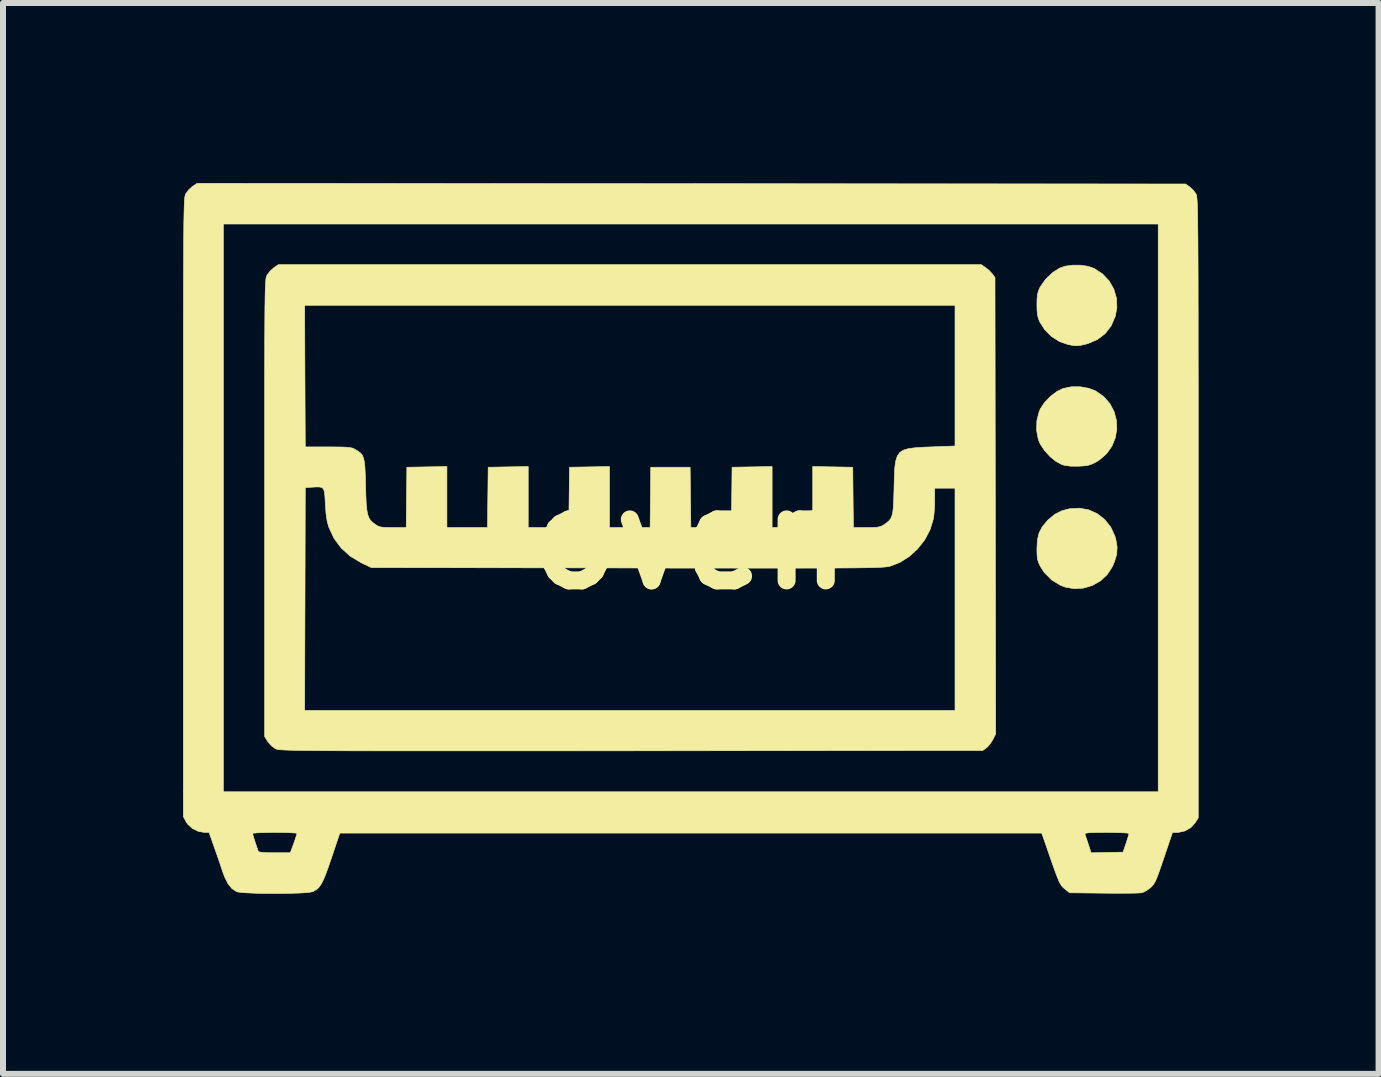
<source format=kicad_pcb>
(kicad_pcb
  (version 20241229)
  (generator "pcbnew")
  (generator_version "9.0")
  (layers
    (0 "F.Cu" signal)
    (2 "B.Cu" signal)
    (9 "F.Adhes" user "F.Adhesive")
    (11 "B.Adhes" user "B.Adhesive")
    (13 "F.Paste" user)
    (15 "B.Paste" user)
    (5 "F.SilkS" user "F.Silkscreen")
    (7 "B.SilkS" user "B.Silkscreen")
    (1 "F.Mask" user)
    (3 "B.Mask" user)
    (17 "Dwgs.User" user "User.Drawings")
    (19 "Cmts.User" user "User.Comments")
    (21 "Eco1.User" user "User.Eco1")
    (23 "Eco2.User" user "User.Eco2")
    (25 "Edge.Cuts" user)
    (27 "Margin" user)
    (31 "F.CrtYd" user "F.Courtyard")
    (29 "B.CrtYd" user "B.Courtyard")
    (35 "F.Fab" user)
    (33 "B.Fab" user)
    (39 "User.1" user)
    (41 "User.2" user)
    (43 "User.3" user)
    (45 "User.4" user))
  (footprint "oven"
    (layer "F.Cu")
    (at 8.461 5.932)
    (property "Reference" "oven" (at 0 0 0) (layer "F.SilkS") (effects (font (size 1.524 1.524) (thickness 0.3))))
    (attr through_hole)
    (fp_poly (pts (xy 6.631 -0.486) (xy 6.774 -0.421) (xy 6.897 -0.325) (xy 6.997 -0.2) (xy 7.067 -0.049) (xy 7.082 0.002) (xy 7.104 0.132) (xy 7.097 0.254) (xy 7.059 0.382) (xy 7.025 0.46) (xy 6.939 0.592) (xy 6.826 0.698) (xy 6.692 0.774) (xy 6.544 0.818) (xy 6.391 0.828) (xy 6.237 0.801) (xy 6.16 0.771) (xy 6.012 0.68) (xy 5.891 0.558) (xy 5.824 0.455) (xy 5.796 0.396) (xy 5.779 0.341) (xy 5.771 0.275) (xy 5.768 0.184) (xy 5.768 0.159) (xy 5.776 0.015) (xy 5.804 -0.102) (xy 5.857 -0.204) (xy 5.939 -0.303) (xy 5.953 -0.318) (xy 6.064 -0.411) (xy 6.184 -0.471) (xy 6.308 -0.504) (xy 6.474 -0.514) (xy 6.631 -0.486)) (stroke (width 0.01) (type solid)) (fill yes) (layer "F.SilkS"))
    (fp_poly (pts (xy 6.633 -2.511) (xy 6.749 -2.466) (xy 6.882 -2.371) (xy 6.984 -2.255) (xy 7.054 -2.122) (xy 7.092 -1.979) (xy 7.099 -1.832) (xy 7.074 -1.687) (xy 7.018 -1.548) (xy 6.931 -1.424) (xy 6.811 -1.319) (xy 6.748 -1.28) (xy 6.682 -1.248) (xy 6.62 -1.228) (xy 6.545 -1.218) (xy 6.456 -1.213) (xy 6.327 -1.214) (xy 6.228 -1.228) (xy 6.181 -1.242) (xy 6.083 -1.295) (xy 5.984 -1.376) (xy 5.894 -1.476) (xy 5.824 -1.581) (xy 5.791 -1.659) (xy 5.762 -1.814) (xy 5.767 -1.973) (xy 5.805 -2.122) (xy 5.827 -2.172) (xy 5.898 -2.279) (xy 5.995 -2.379) (xy 6.103 -2.46) (xy 6.205 -2.509) (xy 6.341 -2.537) (xy 6.489 -2.537) (xy 6.633 -2.511)) (stroke (width 0.01) (type solid)) (fill yes) (layer "F.SilkS"))
    (fp_poly (pts (xy 6.492 -4.563) (xy 6.616 -4.545) (xy 6.719 -4.51) (xy 6.859 -4.419) (xy 6.97 -4.302) (xy 7.049 -4.165) (xy 7.093 -4.014) (xy 7.1 -3.854) (xy 7.073 -3.71) (xy 7.005 -3.553) (xy 6.906 -3.424) (xy 6.777 -3.325) (xy 6.62 -3.258) (xy 6.589 -3.249) (xy 6.503 -3.229) (xy 6.437 -3.221) (xy 6.369 -3.226) (xy 6.294 -3.239) (xy 6.146 -3.289) (xy 6.011 -3.375) (xy 5.897 -3.49) (xy 5.817 -3.615) (xy 5.792 -3.675) (xy 5.777 -3.737) (xy 5.77 -3.815) (xy 5.768 -3.905) (xy 5.77 -4.004) (xy 5.777 -4.074) (xy 5.792 -4.131) (xy 5.817 -4.189) (xy 5.825 -4.203) (xy 5.912 -4.328) (xy 6.029 -4.439) (xy 6.143 -4.513) (xy 6.24 -4.547) (xy 6.362 -4.563) (xy 6.492 -4.563)) (stroke (width 0.01) (type solid)) (fill yes) (layer "F.SilkS"))
    (fp_poly (pts (xy 8.244 -5.916) (xy 8.314 -5.867) (xy 8.37 -5.816) (xy 8.416 -5.756) (xy 8.419 -5.75) (xy 8.423 -5.742) (xy 8.427 -5.729) (xy 8.43 -5.711) (xy 8.433 -5.686) (xy 8.436 -5.652) (xy 8.439 -5.608) (xy 8.441 -5.553) (xy 8.443 -5.484) (xy 8.445 -5.4) (xy 8.447 -5.3) (xy 8.448 -5.181) (xy 8.45 -5.044) (xy 8.451 -4.885) (xy 8.452 -4.703) (xy 8.453 -4.497) (xy 8.454 -4.265) (xy 8.454 -4.005) (xy 8.455 -3.716) (xy 8.455 -3.397) (xy 8.455 -3.045) (xy 8.456 -2.66) (xy 8.456 -2.239) (xy 8.456 -1.782) (xy 8.456 -1.286) (xy 8.456 -0.749) (xy 8.456 -0.519) (xy 8.456 4.646) (xy 8.406 4.726) (xy 8.332 4.808) (xy 8.233 4.865) (xy 8.124 4.889) (xy 8.11 4.889) (xy 8.027 4.889) (xy 7.884 5.313) (xy 7.835 5.456) (xy 7.797 5.565) (xy 7.766 5.646) (xy 7.74 5.704) (xy 7.716 5.747) (xy 7.691 5.779) (xy 7.664 5.807) (xy 7.661 5.809) (xy 7.599 5.855) (xy 7.535 5.888) (xy 7.51 5.895) (xy 7.471 5.898) (xy 7.395 5.901) (xy 7.29 5.902) (xy 7.162 5.903) (xy 7.017 5.903) (xy 6.876 5.901) (xy 6.312 5.895) (xy 6.23 5.829) (xy 6.202 5.805) (xy 6.178 5.778) (xy 6.155 5.741) (xy 6.13 5.69) (xy 6.101 5.618) (xy 6.064 5.52) (xy 6.018 5.389) (xy 5.998 5.332) (xy 5.852 4.911) (xy 6.567 4.911) (xy 6.567 4.916) (xy 6.578 4.948) (xy 6.598 5.008) (xy 6.623 5.083) (xy 6.624 5.086) (xy 6.671 5.229) (xy 6.937 5.223) (xy 7.203 5.218) (xy 7.253 5.071) (xy 7.277 4.997) (xy 7.295 4.939) (xy 7.302 4.908) (xy 7.303 4.907) (xy 7.282 4.901) (xy 7.227 4.896) (xy 7.142 4.893) (xy 7.036 4.89) (xy 6.93 4.889) (xy 6.79 4.89) (xy 6.689 4.892) (xy 6.621 4.896) (xy 6.582 4.903) (xy 6.567 4.911) (xy 5.852 4.911) (xy 5.848 4.9) (xy -5.848 4.9) (xy -5.989 5.317) (xy -6.043 5.475) (xy -6.088 5.598) (xy -6.128 5.691) (xy -6.164 5.759) (xy -6.2 5.808) (xy -6.239 5.843) (xy -6.284 5.868) (xy -6.302 5.876) (xy -6.346 5.886) (xy -6.425 5.894) (xy -6.533 5.9) (xy -6.661 5.904) (xy -6.802 5.906) (xy -6.951 5.907) (xy -7.098 5.906) (xy -7.237 5.903) (xy -7.361 5.898) (xy -7.463 5.892) (xy -7.536 5.884) (xy -7.568 5.876) (xy -7.645 5.826) (xy -7.711 5.745) (xy -7.769 5.629) (xy -7.801 5.541) (xy -7.833 5.445) (xy -7.873 5.327) (xy -7.916 5.204) (xy -7.943 5.128) (xy -8.02 4.907) (xy -7.303 4.907) (xy -7.296 4.934) (xy -7.279 4.99) (xy -7.256 5.062) (xy -7.23 5.139) (xy -7.208 5.202) (xy -7.19 5.214) (xy -7.142 5.222) (xy -7.062 5.227) (xy -6.944 5.228) (xy -6.936 5.228) (xy -6.673 5.228) (xy -6.617 5.075) (xy -6.591 5) (xy -6.571 4.94) (xy -6.562 4.908) (xy -6.562 4.905) (xy -6.582 4.9) (xy -6.637 4.896) (xy -6.722 4.892) (xy -6.828 4.89) (xy -6.932 4.889) (xy -7.052 4.89) (xy -7.156 4.893) (xy -7.236 4.897) (xy -7.288 4.902) (xy -7.303 4.907) (xy -8.02 4.907) (xy -8.027 4.889) (xy -8.106 4.889) (xy -8.208 4.871) (xy -8.306 4.822) (xy -8.384 4.751) (xy -8.412 4.709) (xy -8.456 4.625) (xy -8.456 -0.53) (xy -8.456 -1.081) (xy -8.455 -1.591) (xy -8.455 -2.063) (xy -8.455 -2.496) (xy -8.455 -2.894) (xy -8.455 -3.257) (xy -8.455 -3.588) (xy -8.454 -3.887) (xy -8.454 -4.157) (xy -8.453 -4.399) (xy -8.452 -4.614) (xy -8.451 -4.804) (xy -8.45 -4.972) (xy -8.449 -5.117) (xy -8.448 -5.242) (xy -8.448 -5.249) (xy -7.789 -5.249) (xy -7.789 4.212) (xy 7.789 4.212) (xy 7.789 -5.249) (xy -7.789 -5.249) (xy -8.448 -5.249) (xy -8.446 -5.349) (xy -8.444 -5.439) (xy -8.442 -5.514) (xy -8.44 -5.575) (xy -8.438 -5.623) (xy -8.435 -5.662) (xy -8.432 -5.691) (xy -8.428 -5.713) (xy -8.425 -5.729) (xy -8.421 -5.74) (xy -8.417 -5.75) (xy -8.412 -5.758) (xy -8.364 -5.821) (xy -8.304 -5.875) (xy -8.298 -5.879) (xy -8.227 -5.927) (xy 8.244 -5.916)) (stroke (width 0.01) (type solid)) (fill yes) (layer "F.SilkS"))
    (fp_poly (pts (xy -1.016 -4.572) (xy 4.841 -4.572) (xy 4.911 -4.524) (xy 4.97 -4.476) (xy 5.021 -4.422) (xy 5.025 -4.417) (xy 5.069 -4.357) (xy 5.08 3.25) (xy 5.033 3.343) (xy 4.991 3.41) (xy 4.943 3.466) (xy 4.925 3.481) (xy 4.865 3.524) (xy -0.991 3.529) (xy -1.58 3.529) (xy -2.128 3.53) (xy -2.637 3.53) (xy -3.108 3.53) (xy -3.543 3.53) (xy -3.943 3.53) (xy -4.309 3.53) (xy -4.643 3.53) (xy -4.947 3.53) (xy -5.222 3.53) (xy -5.47 3.529) (xy -5.692 3.529) (xy -5.889 3.528) (xy -6.063 3.527) (xy -6.216 3.526) (xy -6.348 3.525) (xy -6.463 3.524) (xy -6.56 3.522) (xy -6.641 3.52) (xy -6.709 3.518) (xy -6.764 3.516) (xy -6.808 3.513) (xy -6.842 3.511) (xy -6.869 3.508) (xy -6.888 3.505) (xy -6.903 3.501) (xy -6.914 3.497) (xy -6.922 3.493) (xy -6.925 3.492) (xy -6.987 3.446) (xy -7.042 3.385) (xy -7.052 3.371) (xy -7.101 3.291) (xy -7.101 2.857) (xy -6.435 2.857) (xy 4.403 2.857) (xy 4.403 -0.847) (xy 4.064 -0.847) (xy 4.064 -0.648) (xy 4.062 -0.544) (xy 4.055 -0.441) (xy 4.046 -0.357) (xy 4.042 -0.336) (xy 3.988 -0.157) (xy 3.899 0.012) (xy 3.78 0.164) (xy 3.638 0.293) (xy 3.478 0.393) (xy 3.318 0.454) (xy 3.301 0.458) (xy 3.278 0.461) (xy 3.249 0.465) (xy 3.213 0.468) (xy 3.166 0.471) (xy 3.108 0.473) (xy 3.037 0.476) (xy 2.95 0.478) (xy 2.847 0.479) (xy 2.725 0.481) (xy 2.583 0.482) (xy 2.418 0.483) (xy 2.23 0.484) (xy 2.016 0.484) (xy 1.775 0.485) (xy 1.504 0.485) (xy 1.203 0.485) (xy 0.869 0.485) (xy 0.5 0.484) (xy 0.095 0.484) (xy -0.348 0.484) (xy -0.83 0.483) (xy -1.069 0.482) (xy -5.323 0.476) (xy -5.487 0.398) (xy -5.672 0.288) (xy -5.826 0.15) (xy -5.947 -0.015) (xy -6.034 -0.203) (xy -6.059 -0.295) (xy -6.077 -0.411) (xy -6.089 -0.559) (xy -6.09 -0.588) (xy -6.096 -0.703) (xy -6.104 -0.782) (xy -6.119 -0.832) (xy -6.146 -0.858) (xy -6.191 -0.868) (xy -6.258 -0.867) (xy -6.309 -0.864) (xy -6.424 -0.857) (xy -6.429 1) (xy -6.435 2.857) (xy -7.101 2.857) (xy -7.101 -0.519) (xy -7.101 -0.99) (xy -7.101 -1.42) (xy -7.101 -1.812) (xy -7.101 -2.167) (xy -7.101 -2.487) (xy -7.101 -2.775) (xy -7.1 -3.031) (xy -7.1 -3.257) (xy -7.099 -3.457) (xy -7.098 -3.63) (xy -7.097 -3.78) (xy -7.096 -3.895) (xy -6.435 -3.895) (xy -6.43 -2.715) (xy -6.424 -1.535) (xy -6.043 -1.535) (xy -5.905 -1.534) (xy -5.802 -1.533) (xy -5.727 -1.529) (xy -5.674 -1.523) (xy -5.636 -1.514) (xy -5.605 -1.5) (xy -5.59 -1.492) (xy -5.54 -1.461) (xy -5.502 -1.431) (xy -5.473 -1.395) (xy -5.453 -1.347) (xy -5.439 -1.282) (xy -5.43 -1.194) (xy -5.424 -1.077) (xy -5.42 -0.924) (xy -5.419 -0.882) (xy -5.414 -0.715) (xy -5.408 -0.585) (xy -5.398 -0.485) (xy -5.384 -0.41) (xy -5.364 -0.353) (xy -5.336 -0.31) (xy -5.299 -0.274) (xy -5.251 -0.239) (xy -5.25 -0.238) (xy -5.213 -0.216) (xy -5.172 -0.202) (xy -5.117 -0.194) (xy -5.037 -0.191) (xy -4.961 -0.191) (xy -4.742 -0.191) (xy -4.736 -0.693) (xy -4.731 -1.196) (xy -4.064 -1.208) (xy -4.064 -0.191) (xy -3.387 -0.191) (xy -3.382 -0.693) (xy -3.376 -1.196) (xy -2.709 -1.208) (xy -2.709 -0.191) (xy -2.033 -0.191) (xy -2.027 -0.693) (xy -2.021 -1.196) (xy -1.355 -1.208) (xy -1.355 -0.191) (xy -0.678 -0.191) (xy -0.672 -0.693) (xy -0.667 -1.196) (xy -0.011 -1.196) (xy -0.005 -0.693) (xy 0.001 -0.191) (xy 0.677 -0.191) (xy 0.682 -0.693) (xy 0.688 -1.196) (xy 1.355 -1.208) (xy 1.355 -0.191) (xy 2.032 -0.191) (xy 2.032 -1.208) (xy 2.699 -1.196) (xy 2.704 -0.693) (xy 2.71 -0.191) (xy 2.929 -0.191) (xy 3.032 -0.192) (xy 3.103 -0.196) (xy 3.152 -0.205) (xy 3.191 -0.221) (xy 3.218 -0.238) (xy 3.267 -0.273) (xy 3.305 -0.306) (xy 3.333 -0.343) (xy 3.353 -0.391) (xy 3.367 -0.455) (xy 3.376 -0.541) (xy 3.381 -0.656) (xy 3.386 -0.805) (xy 3.387 -0.853) (xy 3.392 -1.037) (xy 3.399 -1.184) (xy 3.414 -1.297) (xy 3.441 -1.381) (xy 3.482 -1.441) (xy 3.543 -1.481) (xy 3.627 -1.506) (xy 3.739 -1.521) (xy 3.883 -1.53) (xy 4.006 -1.535) (xy 4.403 -1.55) (xy 4.403 -3.895) (xy -6.435 -3.895) (xy -7.096 -3.895) (xy -7.095 -3.908) (xy -7.094 -4.016) (xy -7.092 -4.106) (xy -7.09 -4.179) (xy -7.087 -4.238) (xy -7.084 -4.284) (xy -7.081 -4.32) (xy -7.078 -4.346) (xy -7.074 -4.366) (xy -7.069 -4.38) (xy -7.064 -4.391) (xy -7.059 -4.401) (xy -7.058 -4.403) (xy -7.009 -4.466) (xy -6.949 -4.52) (xy -6.944 -4.524) (xy -6.873 -4.572) (xy -1.016 -4.572)) (stroke (width 0.01) (type solid)) (fill yes) (layer "F.SilkS")))
  (gr_rect
    (start -3 -3)
    (end 19.922 14.844)
    (stroke (width 0.1) (type default))
    (fill no)
    (layer "Edge.Cuts")))
</source>
